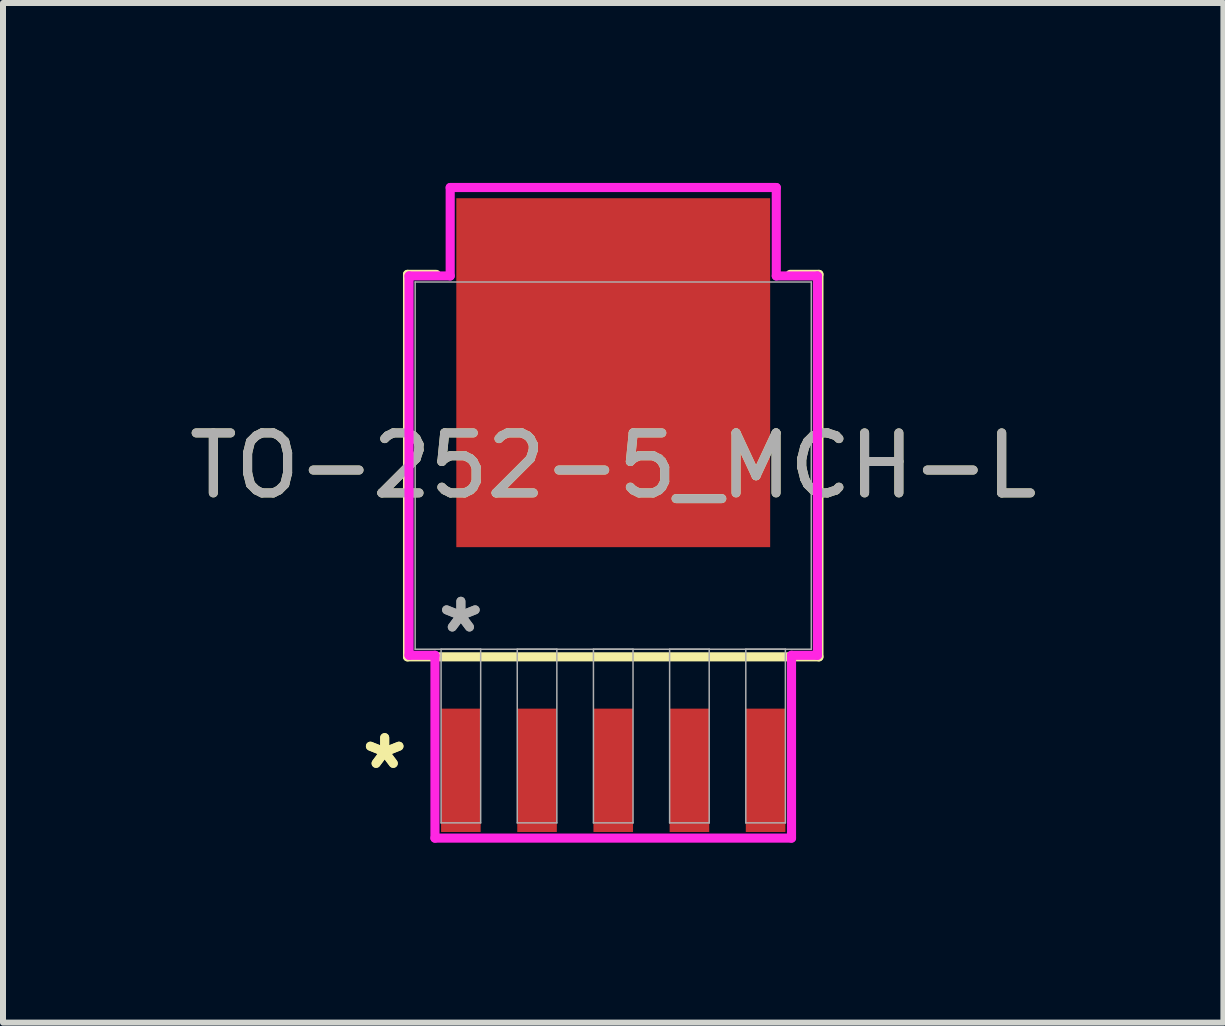
<source format=kicad_pcb>
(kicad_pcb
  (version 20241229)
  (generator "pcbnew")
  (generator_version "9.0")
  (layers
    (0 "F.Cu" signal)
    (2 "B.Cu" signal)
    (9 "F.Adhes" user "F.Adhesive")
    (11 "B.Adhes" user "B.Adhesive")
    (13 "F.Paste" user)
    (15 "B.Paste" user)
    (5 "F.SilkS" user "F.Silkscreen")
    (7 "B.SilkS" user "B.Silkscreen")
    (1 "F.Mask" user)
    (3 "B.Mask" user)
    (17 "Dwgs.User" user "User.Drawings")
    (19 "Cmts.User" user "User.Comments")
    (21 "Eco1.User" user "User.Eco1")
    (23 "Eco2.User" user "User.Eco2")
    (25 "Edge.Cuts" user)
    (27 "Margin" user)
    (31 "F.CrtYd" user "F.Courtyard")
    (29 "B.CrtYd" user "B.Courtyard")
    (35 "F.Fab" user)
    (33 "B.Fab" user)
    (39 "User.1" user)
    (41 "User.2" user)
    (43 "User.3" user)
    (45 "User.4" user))
  (footprint "TO-252-5_MCH-L"
    (layer "F.Cu")
    (at 7.173 4.712)
    (property "Reference" "TO-252-5_MCH-L" (at 0 0 0) (unlocked yes) (layer "F.SilkS") (effects (font (size 1 1) (thickness 0.15))))
    (attr smd)
    (fp_line (start -3.429 -3.188) (end -3.429 3.188) (stroke (width 0.152) (type solid)) (layer "F.SilkS"))
    (fp_line (start -3.429 3.188) (end 3.429 3.188) (stroke (width 0.152) (type solid)) (layer "F.SilkS"))
    (fp_line (start -2.949 -3.188) (end -3.429 -3.188) (stroke (width 0.152) (type solid)) (layer "F.SilkS"))
    (fp_line (start 3.429 -3.188) (end 2.949 -3.188) (stroke (width 0.152) (type solid)) (layer "F.SilkS"))
    (fp_line (start 3.429 3.188) (end 3.429 -3.188) (stroke (width 0.152) (type solid)) (layer "F.SilkS"))
    (fp_line (start -3.404 -3.162) (end -2.718 -3.162) (stroke (width 0.152) (type solid)) (layer "F.CrtYd"))
    (fp_line (start -3.404 3.162) (end -3.404 -3.162) (stroke (width 0.152) (type solid)) (layer "F.CrtYd"))
    (fp_line (start -2.972 3.162) (end -3.404 3.162) (stroke (width 0.152) (type solid)) (layer "F.CrtYd"))
    (fp_line (start -2.972 6.21) (end -2.972 3.162) (stroke (width 0.152) (type solid)) (layer "F.CrtYd"))
    (fp_line (start -2.718 -4.636) (end 2.718 -4.636) (stroke (width 0.152) (type solid)) (layer "F.CrtYd"))
    (fp_line (start -2.718 -3.162) (end -2.718 -4.636) (stroke (width 0.152) (type solid)) (layer "F.CrtYd"))
    (fp_line (start 2.718 -4.636) (end 2.718 -3.162) (stroke (width 0.152) (type solid)) (layer "F.CrtYd"))
    (fp_line (start 2.718 -3.162) (end 3.404 -3.162) (stroke (width 0.152) (type solid)) (layer "F.CrtYd"))
    (fp_line (start 2.972 3.162) (end 2.972 6.21) (stroke (width 0.152) (type solid)) (layer "F.CrtYd"))
    (fp_line (start 2.972 6.21) (end -2.972 6.21) (stroke (width 0.152) (type solid)) (layer "F.CrtYd"))
    (fp_line (start 3.404 -3.162) (end 3.404 3.162) (stroke (width 0.152) (type solid)) (layer "F.CrtYd"))
    (fp_line (start 3.404 3.162) (end 2.972 3.162) (stroke (width 0.152) (type solid)) (layer "F.CrtYd"))
    (fp_line (start -3.302 -3.061) (end -3.302 3.061) (stroke (width 0.025) (type solid)) (layer "F.Fab"))
    (fp_line (start -3.302 3.061) (end 3.302 3.061) (stroke (width 0.025) (type solid)) (layer "F.Fab"))
    (fp_line (start -2.87 3.061) (end -2.87 5.956) (stroke (width 0.025) (type solid)) (layer "F.Fab"))
    (fp_line (start -2.87 5.956) (end -2.21 5.956) (stroke (width 0.025) (type solid)) (layer "F.Fab"))
    (fp_line (start -2.21 3.061) (end -2.87 3.061) (stroke (width 0.025) (type solid)) (layer "F.Fab"))
    (fp_line (start -2.21 5.956) (end -2.21 3.061) (stroke (width 0.025) (type solid)) (layer "F.Fab"))
    (fp_line (start -1.6 3.061) (end -1.6 5.956) (stroke (width 0.025) (type solid)) (layer "F.Fab"))
    (fp_line (start -1.6 5.956) (end -0.94 5.956) (stroke (width 0.025) (type solid)) (layer "F.Fab"))
    (fp_line (start -0.94 3.061) (end -1.6 3.061) (stroke (width 0.025) (type solid)) (layer "F.Fab"))
    (fp_line (start -0.94 5.956) (end -0.94 3.061) (stroke (width 0.025) (type solid)) (layer "F.Fab"))
    (fp_line (start -0.33 3.061) (end -0.33 5.956) (stroke (width 0.025) (type solid)) (layer "F.Fab"))
    (fp_line (start -0.33 5.956) (end 0.33 5.956) (stroke (width 0.025) (type solid)) (layer "F.Fab"))
    (fp_line (start 0.33 3.061) (end -0.33 3.061) (stroke (width 0.025) (type solid)) (layer "F.Fab"))
    (fp_line (start 0.33 5.956) (end 0.33 3.061) (stroke (width 0.025) (type solid)) (layer "F.Fab"))
    (fp_line (start 0.94 3.061) (end 0.94 5.956) (stroke (width 0.025) (type solid)) (layer "F.Fab"))
    (fp_line (start 0.94 5.956) (end 1.6 5.956) (stroke (width 0.025) (type solid)) (layer "F.Fab"))
    (fp_line (start 1.6 3.061) (end 0.94 3.061) (stroke (width 0.025) (type solid)) (layer "F.Fab"))
    (fp_line (start 1.6 5.956) (end 1.6 3.061) (stroke (width 0.025) (type solid)) (layer "F.Fab"))
    (fp_line (start 2.21 3.061) (end 2.21 5.956) (stroke (width 0.025) (type solid)) (layer "F.Fab"))
    (fp_line (start 2.21 5.956) (end 2.87 5.956) (stroke (width 0.025) (type solid)) (layer "F.Fab"))
    (fp_line (start 2.87 3.061) (end 2.21 3.061) (stroke (width 0.025) (type solid)) (layer "F.Fab"))
    (fp_line (start 2.87 5.956) (end 2.87 3.061) (stroke (width 0.025) (type solid)) (layer "F.Fab"))
    (fp_line (start 3.302 -3.061) (end -3.302 -3.061) (stroke (width 0.025) (type solid)) (layer "F.Fab"))
    (fp_line (start 3.302 3.061) (end 3.302 -3.061) (stroke (width 0.025) (type solid)) (layer "F.Fab"))
    (fp_text user "*" (at -3.81 5.08 0) (layer "F.SilkS") (effects (font (size 1 1) (thickness 0.15))))
    (fp_text user "*" (at -3.81 5.08 0) (unlocked yes) (layer "F.SilkS") (effects (font (size 1 1) (thickness 0.15))))
    (fp_text user "*" (at -2.54 2.807 0) (unlocked yes) (layer "F.Fab") (effects (font (size 1 1) (thickness 0.15))))
    (fp_text user "${REFERENCE}" (at 0 0 0) (unlocked yes) (layer "F.Fab") (effects (font (size 1 1) (thickness 0.15))))
    (fp_text user "*" (at -2.54 2.807 0) (layer "F.Fab") (effects (font (size 1 1) (thickness 0.15))))
    (pad "1" smd rect (at -2.54 5.08) (size 0.66 2.057) (layers "F.Cu" "F.Mask" "F.Paste"))
    (pad "2" smd rect (at -1.27 5.08) (size 0.66 2.057) (layers "F.Cu" "F.Mask" "F.Paste"))
    (pad "3" smd rect (at 0 5.08) (size 0.66 2.057) (layers "F.Cu" "F.Mask" "F.Paste"))
    (pad "4" smd rect (at 1.27 5.08) (size 0.66 2.057) (layers "F.Cu" "F.Mask" "F.Paste"))
    (pad "5" smd rect (at 2.54 5.08) (size 0.66 2.057) (layers "F.Cu" "F.Mask" "F.Paste"))
    (pad "6" smd rect (at 0 -1.549) (size 5.232 5.817) (layers "F.Cu" "F.Mask" "F.Paste")))
  (gr_rect
    (start -3 -3)
    (end 17.345 13.998)
    (stroke (width 0.1) (type default))
    (fill no)
    (layer "Edge.Cuts")))
</source>
